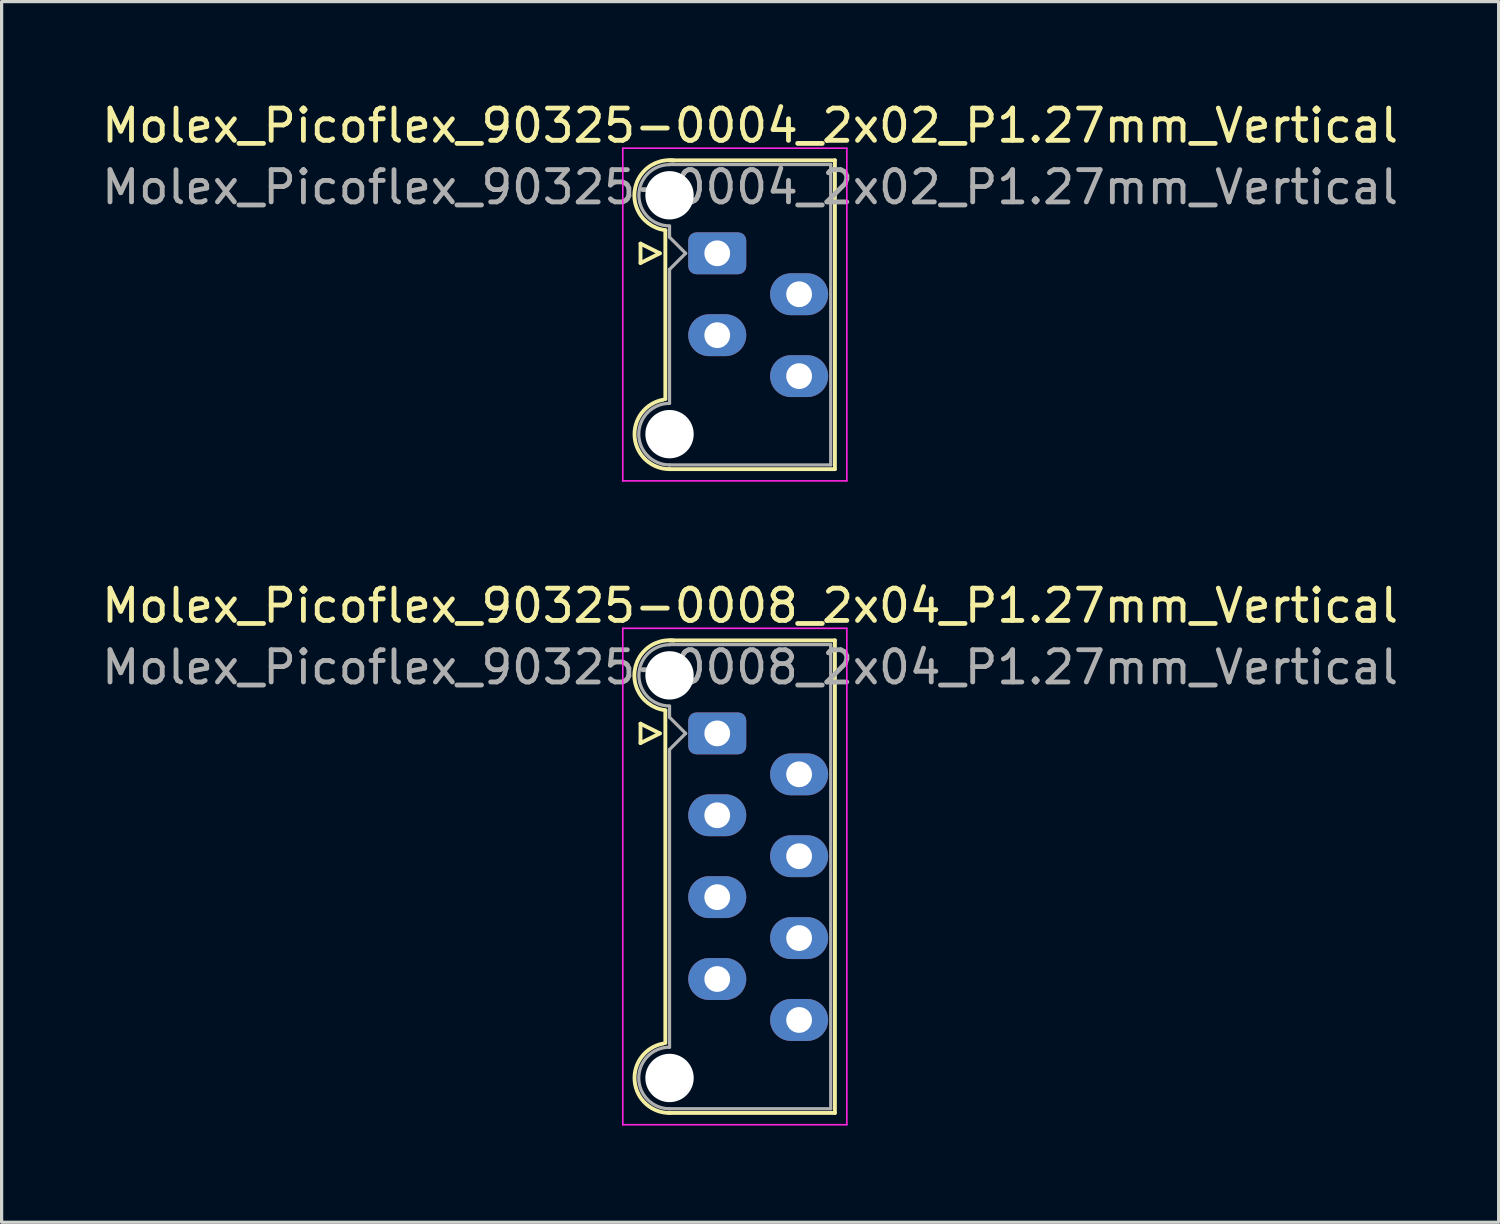
<source format=kicad_pcb>
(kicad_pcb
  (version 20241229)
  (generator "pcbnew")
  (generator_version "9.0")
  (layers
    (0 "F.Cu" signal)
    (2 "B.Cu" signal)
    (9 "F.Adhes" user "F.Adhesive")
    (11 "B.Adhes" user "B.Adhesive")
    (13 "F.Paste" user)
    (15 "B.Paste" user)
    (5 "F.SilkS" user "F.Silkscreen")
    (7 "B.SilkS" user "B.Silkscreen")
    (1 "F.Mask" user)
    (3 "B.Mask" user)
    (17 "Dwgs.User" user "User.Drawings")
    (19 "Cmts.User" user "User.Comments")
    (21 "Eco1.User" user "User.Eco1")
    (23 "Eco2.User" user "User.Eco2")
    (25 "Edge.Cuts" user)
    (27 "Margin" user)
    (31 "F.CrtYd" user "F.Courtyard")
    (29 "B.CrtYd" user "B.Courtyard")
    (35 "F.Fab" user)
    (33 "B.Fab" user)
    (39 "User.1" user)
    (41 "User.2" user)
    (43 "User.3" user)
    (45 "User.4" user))
  (footprint "Molex_Picoflex_90325-0008_2x04_P1.27mm_Vertical"
    (layer "F.Cu")
    (at 19.2 19.701)
    (property "Reference" "Molex_Picoflex_90325-0008_2x04_P1.27mm_Vertical" (at 1.02 -3.96 0) (layer "F.SilkS") (effects (font (size 1 1) (thickness 0.15))))
    (attr through_hole)
    (fp_line (start -2.38 -0.3) (end -2.38 0.3) (stroke (width 0.12) (type solid)) (layer "F.SilkS"))
    (fp_line (start -2.38 0.3) (end -1.78 0) (stroke (width 0.12) (type solid)) (layer "F.SilkS"))
    (fp_line (start -1.78 0) (end -2.38 -0.3) (stroke (width 0.12) (type solid)) (layer "F.SilkS"))
    (fp_line (start -1.61 -0.715) (end -1.61 9.605) (stroke (width 0.12) (type solid)) (layer "F.SilkS"))
    (fp_line (start -1.48 -2.885) (end 3.65 -2.885) (stroke (width 0.12) (type solid)) (layer "F.SilkS"))
    (fp_line (start 3.65 -2.885) (end 3.65 11.775) (stroke (width 0.12) (type solid)) (layer "F.SilkS"))
    (fp_line (start 3.65 11.775) (end -1.48 11.775) (stroke (width 0.12) (type solid)) (layer "F.SilkS"))
    (fp_arc (start -1.61 -0.72) (mid -2.56 -1.93) (end -1.35 -2.88) (stroke (width 0.12) (type solid)) (layer "F.SilkS"))
    (fp_arc (start -1.47 11.775) (mid -2.56 10.794526) (end -1.678256 9.62322) (stroke (width 0.12) (type solid)) (layer "F.SilkS"))
    (fp_line (start -2.93 -3.26) (end -2.93 12.14) (stroke (width 0.05) (type solid)) (layer "F.CrtYd"))
    (fp_line (start -2.93 12.14) (end 4.02 12.14) (stroke (width 0.05) (type solid)) (layer "F.CrtYd"))
    (fp_line (start 4.02 -3.26) (end -2.93 -3.26) (stroke (width 0.05) (type solid)) (layer "F.CrtYd"))
    (fp_line (start 4.02 12.14) (end 4.02 -3.26) (stroke (width 0.05) (type solid)) (layer "F.CrtYd"))
    (fp_line (start -1.48 -2.755) (end 3.52 -2.755) (stroke (width 0.1) (type solid)) (layer "F.Fab"))
    (fp_line (start -1.48 -0.845) (end -1.48 -0.5) (stroke (width 0.1) (type solid)) (layer "F.Fab"))
    (fp_line (start -1.48 -0.5) (end -0.98 0) (stroke (width 0.1) (type solid)) (layer "F.Fab"))
    (fp_line (start -1.48 0.5) (end -1.48 9.735) (stroke (width 0.1) (type solid)) (layer "F.Fab"))
    (fp_line (start -0.98 0) (end -1.48 0.5) (stroke (width 0.1) (type solid)) (layer "F.Fab"))
    (fp_line (start 3.52 -2.755) (end 3.52 11.645) (stroke (width 0.1) (type solid)) (layer "F.Fab"))
    (fp_line (start 3.52 11.645) (end -1.48 11.645) (stroke (width 0.1) (type solid)) (layer "F.Fab"))
    (fp_arc (start -1.48 -0.85) (mid -2.43 -1.8) (end -1.48 -2.75) (stroke (width 0.1) (type solid)) (layer "F.Fab"))
    (fp_arc (start -1.48 11.645) (mid -2.435 10.69) (end -1.48 9.735) (stroke (width 0.1) (type solid)) (layer "F.Fab"))
    (fp_text user "${REFERENCE}" (at 1.02 -2.05 0) (layer "F.Fab") (effects (font (size 1 1) (thickness 0.15))))
    (pad "" np_thru_hole circle (at -1.48 -1.8) (size 1.5 1.5) (drill 1.5) (layers "*.Cu" "*.Mask"))
    (pad "" np_thru_hole circle (at -1.48 10.69) (size 1.5 1.5) (drill 1.5) (layers "*.Cu" "*.Mask"))
    (pad "1" thru_hole roundrect (at 0 0) (size 1.8 1.3) (drill 0.8) (layers "*.Cu" "*.Mask") (roundrect_rratio 0.192))
    (pad "2" thru_hole oval (at 2.54 1.27) (size 1.8 1.3) (drill 0.8) (layers "*.Cu" "*.Mask"))
    (pad "3" thru_hole oval (at 0 2.54) (size 1.8 1.3) (drill 0.8) (layers "*.Cu" "*.Mask"))
    (pad "4" thru_hole oval (at 2.54 3.81) (size 1.8 1.3) (drill 0.8) (layers "*.Cu" "*.Mask"))
    (pad "5" thru_hole oval (at 0 5.08) (size 1.8 1.3) (drill 0.8) (layers "*.Cu" "*.Mask"))
    (pad "6" thru_hole oval (at 2.54 6.35) (size 1.8 1.3) (drill 0.8) (layers "*.Cu" "*.Mask"))
    (pad "7" thru_hole oval (at 0 7.62) (size 1.8 1.3) (drill 0.8) (layers "*.Cu" "*.Mask"))
    (pad "8" thru_hole oval (at 2.54 8.89) (size 1.8 1.3) (drill 0.8) (layers "*.Cu" "*.Mask")))
  (footprint "Molex_Picoflex_90325-0004_2x02_P1.27mm_Vertical"
    (layer "F.Cu")
    (at 19.2 4.808)
    (property "Reference" "Molex_Picoflex_90325-0004_2x02_P1.27mm_Vertical" (at 1.02 -3.96 0) (layer "F.SilkS") (effects (font (size 1 1) (thickness 0.15))))
    (attr through_hole)
    (fp_line (start -2.38 -0.3) (end -2.38 0.3) (stroke (width 0.12) (type solid)) (layer "F.SilkS"))
    (fp_line (start -2.38 0.3) (end -1.78 0) (stroke (width 0.12) (type solid)) (layer "F.SilkS"))
    (fp_line (start -1.78 0) (end -2.38 -0.3) (stroke (width 0.12) (type solid)) (layer "F.SilkS"))
    (fp_line (start -1.61 -0.715) (end -1.61 4.525) (stroke (width 0.12) (type solid)) (layer "F.SilkS"))
    (fp_line (start -1.48 -2.885) (end 3.65 -2.885) (stroke (width 0.12) (type solid)) (layer "F.SilkS"))
    (fp_line (start 3.65 -2.885) (end 3.65 6.695) (stroke (width 0.12) (type solid)) (layer "F.SilkS"))
    (fp_line (start 3.65 6.695) (end -1.48 6.695) (stroke (width 0.12) (type solid)) (layer "F.SilkS"))
    (fp_arc (start -1.61 -0.72) (mid -2.56 -1.93) (end -1.35 -2.88) (stroke (width 0.12) (type solid)) (layer "F.SilkS"))
    (fp_arc (start -1.47 6.695) (mid -2.56 5.714526) (end -1.678256 4.54322) (stroke (width 0.12) (type solid)) (layer "F.SilkS"))
    (fp_line (start -2.93 -3.26) (end -2.93 7.06) (stroke (width 0.05) (type solid)) (layer "F.CrtYd"))
    (fp_line (start -2.93 7.06) (end 4.02 7.06) (stroke (width 0.05) (type solid)) (layer "F.CrtYd"))
    (fp_line (start 4.02 -3.26) (end -2.93 -3.26) (stroke (width 0.05) (type solid)) (layer "F.CrtYd"))
    (fp_line (start 4.02 7.06) (end 4.02 -3.26) (stroke (width 0.05) (type solid)) (layer "F.CrtYd"))
    (fp_line (start -1.48 -2.755) (end 3.52 -2.755) (stroke (width 0.1) (type solid)) (layer "F.Fab"))
    (fp_line (start -1.48 -0.845) (end -1.48 -0.5) (stroke (width 0.1) (type solid)) (layer "F.Fab"))
    (fp_line (start -1.48 -0.5) (end -0.98 0) (stroke (width 0.1) (type solid)) (layer "F.Fab"))
    (fp_line (start -1.48 0.5) (end -1.48 4.655) (stroke (width 0.1) (type solid)) (layer "F.Fab"))
    (fp_line (start -0.98 0) (end -1.48 0.5) (stroke (width 0.1) (type solid)) (layer "F.Fab"))
    (fp_line (start 3.52 -2.755) (end 3.52 6.565) (stroke (width 0.1) (type solid)) (layer "F.Fab"))
    (fp_line (start 3.52 6.565) (end -1.48 6.565) (stroke (width 0.1) (type solid)) (layer "F.Fab"))
    (fp_arc (start -1.48 -0.85) (mid -2.43 -1.8) (end -1.48 -2.75) (stroke (width 0.1) (type solid)) (layer "F.Fab"))
    (fp_arc (start -1.48 6.565) (mid -2.435 5.61) (end -1.48 4.655) (stroke (width 0.1) (type solid)) (layer "F.Fab"))
    (fp_text user "${REFERENCE}" (at 1.02 -2.05 0) (layer "F.Fab") (effects (font (size 1 1) (thickness 0.15))))
    (pad "" np_thru_hole circle (at -1.48 -1.8) (size 1.5 1.5) (drill 1.5) (layers "*.Cu" "*.Mask"))
    (pad "" np_thru_hole circle (at -1.48 5.61) (size 1.5 1.5) (drill 1.5) (layers "*.Cu" "*.Mask"))
    (pad "1" thru_hole roundrect (at 0 0) (size 1.8 1.3) (drill 0.8) (layers "*.Cu" "*.Mask") (roundrect_rratio 0.192))
    (pad "2" thru_hole oval (at 2.54 1.27) (size 1.8 1.3) (drill 0.8) (layers "*.Cu" "*.Mask"))
    (pad "3" thru_hole oval (at 0 2.54) (size 1.8 1.3) (drill 0.8) (layers "*.Cu" "*.Mask"))
    (pad "4" thru_hole oval (at 2.54 3.81) (size 1.8 1.3) (drill 0.8) (layers "*.Cu" "*.Mask")))
  (gr_rect
    (start -3 -3)
    (end 43.44 34.867)
    (stroke (width 0.1) (type default))
    (fill no)
    (layer "Edge.Cuts")))
</source>
